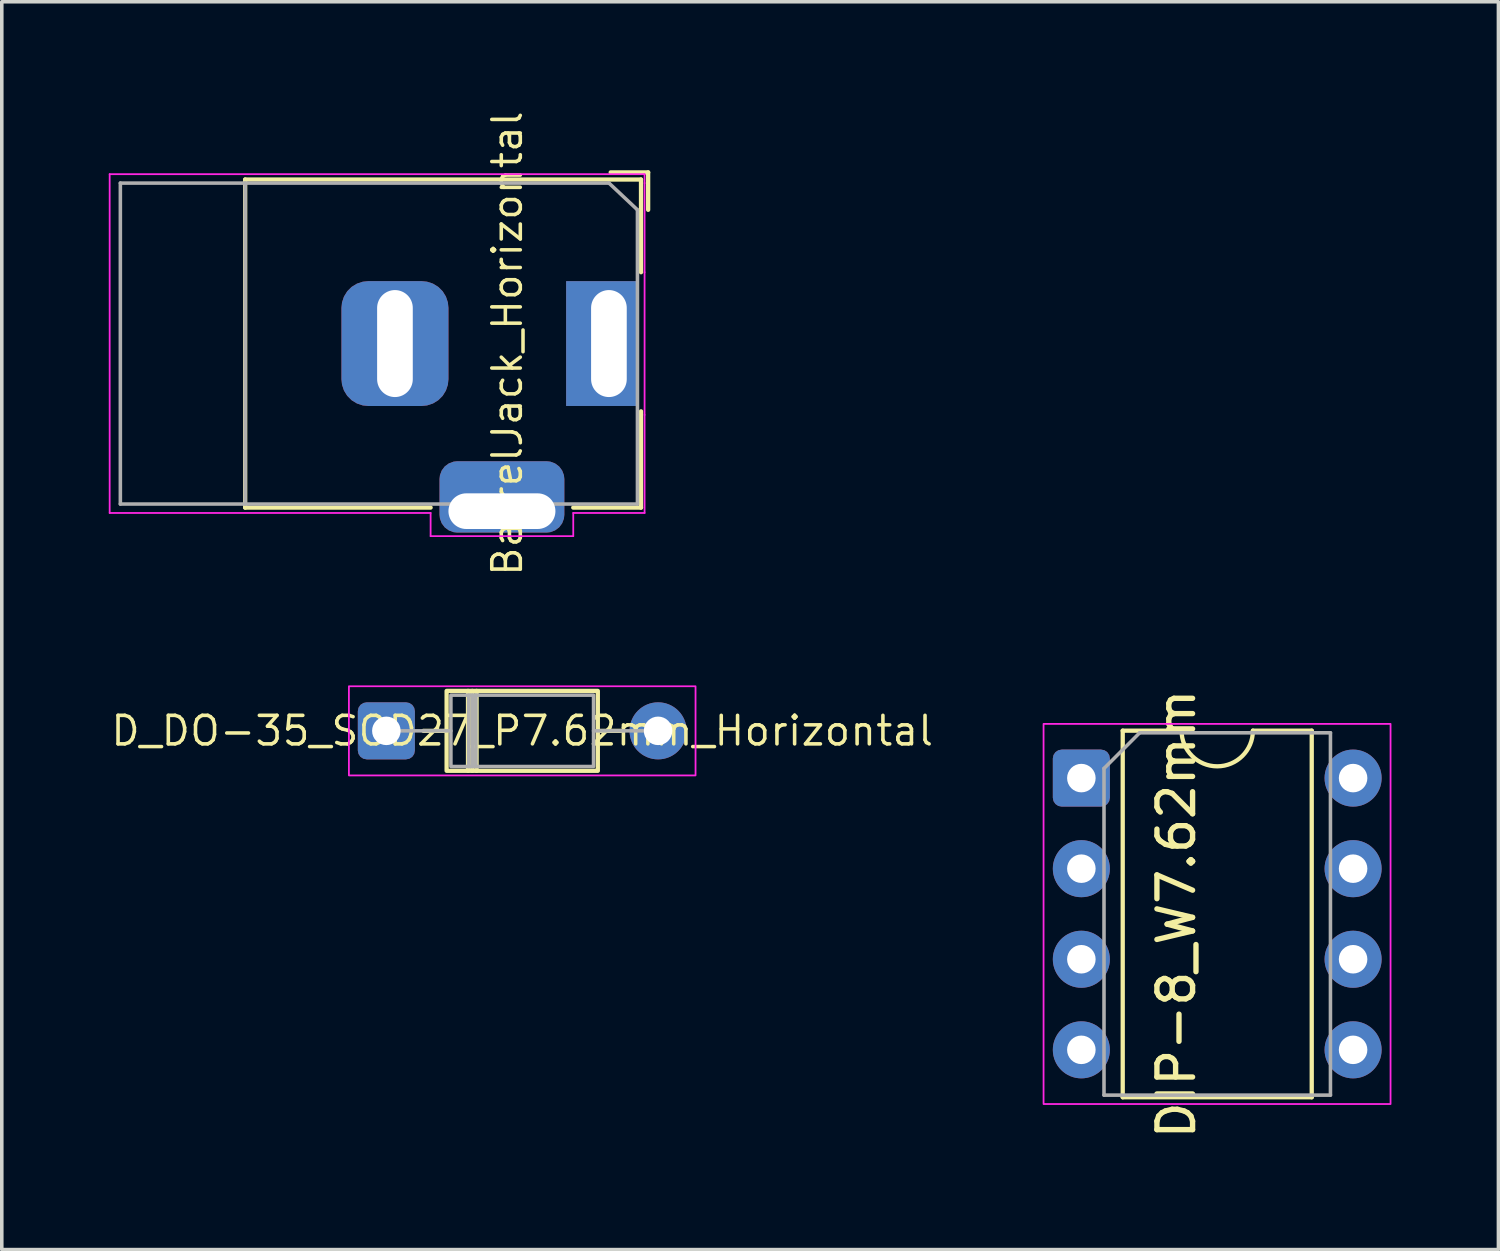
<source format=kicad_pcb>
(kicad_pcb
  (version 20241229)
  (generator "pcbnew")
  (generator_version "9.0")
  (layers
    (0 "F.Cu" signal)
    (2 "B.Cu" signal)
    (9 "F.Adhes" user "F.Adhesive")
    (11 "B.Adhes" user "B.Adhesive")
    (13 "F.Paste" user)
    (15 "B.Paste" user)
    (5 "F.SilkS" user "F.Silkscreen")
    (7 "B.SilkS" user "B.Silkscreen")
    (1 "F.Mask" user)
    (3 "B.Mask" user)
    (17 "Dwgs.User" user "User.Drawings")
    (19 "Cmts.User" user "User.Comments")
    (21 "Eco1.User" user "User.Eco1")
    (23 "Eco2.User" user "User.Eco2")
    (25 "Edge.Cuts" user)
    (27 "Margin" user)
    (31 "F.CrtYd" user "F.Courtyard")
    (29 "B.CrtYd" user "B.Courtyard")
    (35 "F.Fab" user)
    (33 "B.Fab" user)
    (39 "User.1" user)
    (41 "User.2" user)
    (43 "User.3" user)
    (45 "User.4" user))
  (footprint "DIP-8_W7.62mm"
    (layer "F.Cu")
    (at 27.273 18.769)
    (property "Reference" "DIP-8_W7.62mm" (at 2.664 3.81 90) (layer "F.SilkS") (effects (font (size 1 1) (thickness 0.15))))
    (attr through_hole)
    (fp_line (start 1.16 -1.33) (end 1.16 8.95) (stroke (width 0.12) (type solid)) (layer "F.SilkS"))
    (fp_line (start 1.16 8.95) (end 6.46 8.95) (stroke (width 0.12) (type solid)) (layer "F.SilkS"))
    (fp_line (start 2.81 -1.33) (end 1.16 -1.33) (stroke (width 0.12) (type solid)) (layer "F.SilkS"))
    (fp_line (start 6.46 -1.33) (end 4.81 -1.33) (stroke (width 0.12) (type solid)) (layer "F.SilkS"))
    (fp_line (start 6.46 8.95) (end 6.46 -1.33) (stroke (width 0.12) (type solid)) (layer "F.SilkS"))
    (fp_arc (start 4.81 -1.33) (mid 3.81 -0.33) (end 2.81 -1.33) (stroke (width 0.12) (type solid)) (layer "F.SilkS"))
    (fp_rect (start -1.06 -1.52) (end 8.67 9.14) (stroke (width 0.05) (type solid)) (fill no) (layer "F.CrtYd"))
    (fp_line (start 0.635 -0.27) (end 1.635 -1.27) (stroke (width 0.1) (type solid)) (layer "F.Fab"))
    (fp_line (start 0.635 8.89) (end 0.635 -0.27) (stroke (width 0.1) (type solid)) (layer "F.Fab"))
    (fp_line (start 1.635 -1.27) (end 6.985 -1.27) (stroke (width 0.1) (type solid)) (layer "F.Fab"))
    (fp_line (start 6.985 -1.27) (end 6.985 8.89) (stroke (width 0.1) (type solid)) (layer "F.Fab"))
    (fp_line (start 6.985 8.89) (end 0.635 8.89) (stroke (width 0.1) (type solid)) (layer "F.Fab"))
    (pad "1" thru_hole roundrect (at 0 0) (size 1.6 1.6) (drill 0.8) (layers "*.Cu" "*.Mask") (roundrect_rratio 0.156))
    (pad "2" thru_hole circle (at 0 2.54) (size 1.6 1.6) (drill 0.8) (layers "*.Cu" "*.Mask"))
    (pad "3" thru_hole circle (at 0 5.08) (size 1.6 1.6) (drill 0.8) (layers "*.Cu" "*.Mask"))
    (pad "4" thru_hole circle (at 0 7.62) (size 1.6 1.6) (drill 0.8) (layers "*.Cu" "*.Mask"))
    (pad "5" thru_hole circle (at 7.62 7.62) (size 1.6 1.6) (drill 0.8) (layers "*.Cu" "*.Mask"))
    (pad "6" thru_hole circle (at 7.62 5.08) (size 1.6 1.6) (drill 0.8) (layers "*.Cu" "*.Mask"))
    (pad "7" thru_hole circle (at 7.62 2.54) (size 1.6 1.6) (drill 0.8) (layers "*.Cu" "*.Mask"))
    (pad "8" thru_hole circle (at 7.62 0) (size 1.6 1.6) (drill 0.8) (layers "*.Cu" "*.Mask")))
  (footprint "D_DO-35_SOD27_P7.62mm_Horizontal"
    (layer "F.Cu")
    (at 7.784 17.444)
    (property "Reference" "D_DO-35_SOD27_P7.62mm_Horizontal" (at 3.81 0 0) (layer "F.SilkS") (effects (font (size 0.8 0.8) (thickness 0.1))))
    (attr through_hole)
    (fp_line (start 1.04 0) (end 1.69 0) (stroke (width 0.12) (type solid)) (layer "F.SilkS"))
    (fp_line (start 2.29 -1.12) (end 2.29 1.12) (stroke (width 0.12) (type solid)) (layer "F.SilkS"))
    (fp_line (start 2.41 -1.12) (end 2.41 1.12) (stroke (width 0.12) (type solid)) (layer "F.SilkS"))
    (fp_line (start 2.53 -1.12) (end 2.53 1.12) (stroke (width 0.12) (type solid)) (layer "F.SilkS"))
    (fp_line (start 6.58 0) (end 5.93 0) (stroke (width 0.12) (type solid)) (layer "F.SilkS"))
    (fp_rect (start 1.69 -1.12) (end 5.93 1.12) (stroke (width 0.12) (type solid)) (fill no) (layer "F.SilkS"))
    (fp_rect (start -1.05 -1.25) (end 8.67 1.25) (stroke (width 0.05) (type solid)) (fill no) (layer "F.CrtYd"))
    (fp_line (start 0 0) (end 1.81 0) (stroke (width 0.1) (type solid)) (layer "F.Fab"))
    (fp_line (start 2.31 -1) (end 2.31 1) (stroke (width 0.1) (type solid)) (layer "F.Fab"))
    (fp_line (start 2.41 -1) (end 2.41 1) (stroke (width 0.1) (type solid)) (layer "F.Fab"))
    (fp_line (start 2.51 -1) (end 2.51 1) (stroke (width 0.1) (type solid)) (layer "F.Fab"))
    (fp_line (start 7.62 0) (end 5.81 0) (stroke (width 0.1) (type solid)) (layer "F.Fab"))
    (fp_rect (start 1.81 -1) (end 5.81 1) (stroke (width 0.1) (type solid)) (fill no) (layer "F.Fab"))
    (pad "1" thru_hole roundrect (at 0 0) (size 1.6 1.6) (drill 0.8) (layers "*.Cu" "*.Mask") (roundrect_rratio 0.156))
    (pad "2" thru_hole circle (at 7.62 0) (size 1.6 1.6) (drill 0.8) (layers "*.Cu" "*.Mask")))
  (footprint "BarrelJack_Horizontal"
    (layer "F.Cu")
    (at 14.025 6.584)
    (property "Reference" "BarrelJack_Horizontal" (at -2.85 0 270) (layer "F.SilkS") (effects (font (size 0.8 0.8) (thickness 0.1))))
    (attr through_hole)
    (fp_line (start -10.2 -4.6) (end 0.9 -4.6) (stroke (width 0.12) (type solid)) (layer "F.SilkS"))
    (fp_line (start -10.2 4.6) (end -10.2 -4.6) (stroke (width 0.12) (type solid)) (layer "F.SilkS"))
    (fp_line (start -5 4.6) (end -10.2 4.6) (stroke (width 0.12) (type solid)) (layer "F.SilkS"))
    (fp_line (start 0.05 -4.8) (end 1.1 -4.8) (stroke (width 0.12) (type solid)) (layer "F.SilkS"))
    (fp_line (start 0.9 -4.6) (end 0.9 -2) (stroke (width 0.12) (type solid)) (layer "F.SilkS"))
    (fp_line (start 0.9 1.9) (end 0.9 4.6) (stroke (width 0.12) (type solid)) (layer "F.SilkS"))
    (fp_line (start 0.9 4.6) (end -1 4.6) (stroke (width 0.12) (type solid)) (layer "F.SilkS"))
    (fp_line (start 1.1 -3.75) (end 1.1 -4.8) (stroke (width 0.12) (type solid)) (layer "F.SilkS"))
    (fp_line (start -14 4.75) (end -14 -4.75) (stroke (width 0.05) (type solid)) (layer "F.CrtYd"))
    (fp_line (start -5 4.75) (end -14 4.75) (stroke (width 0.05) (type solid)) (layer "F.CrtYd"))
    (fp_line (start -5 5.4) (end -5 4.75) (stroke (width 0.05) (type solid)) (layer "F.CrtYd"))
    (fp_line (start -1 4.75) (end -1 5.4) (stroke (width 0.05) (type solid)) (layer "F.CrtYd"))
    (fp_line (start -1 5.4) (end -5 5.4) (stroke (width 0.05) (type solid)) (layer "F.CrtYd"))
    (fp_line (start 1 -4.75) (end -14 -4.75) (stroke (width 0.05) (type solid)) (layer "F.CrtYd"))
    (fp_line (start 1 -4.5) (end 1 -4.75) (stroke (width 0.05) (type solid)) (layer "F.CrtYd"))
    (fp_line (start 1 -4.5) (end 1 -2) (stroke (width 0.05) (type solid)) (layer "F.CrtYd"))
    (fp_line (start 1 -2) (end 1 2) (stroke (width 0.05) (type solid)) (layer "F.CrtYd"))
    (fp_line (start 1 2) (end 1 4.75) (stroke (width 0.05) (type solid)) (layer "F.CrtYd"))
    (fp_line (start 1 4.75) (end -1 4.75) (stroke (width 0.05) (type solid)) (layer "F.CrtYd"))
    (fp_line (start -13.7 -4.5) (end -13.7 4.5) (stroke (width 0.1) (type solid)) (layer "F.Fab"))
    (fp_line (start -13.7 4.5) (end 0.8 4.5) (stroke (width 0.1) (type solid)) (layer "F.Fab"))
    (fp_line (start -10.2 -4.5) (end -10.2 4.5) (stroke (width 0.1) (type solid)) (layer "F.Fab"))
    (fp_line (start -0.003 -4.505) (end 0.8 -3.75) (stroke (width 0.1) (type solid)) (layer "F.Fab"))
    (fp_line (start 0 -4.5) (end -13.7 -4.5) (stroke (width 0.1) (type solid)) (layer "F.Fab"))
    (fp_line (start 0.8 4.5) (end 0.8 -3.75) (stroke (width 0.1) (type solid)) (layer "F.Fab"))
    (pad "1" thru_hole rect (at 0 0) (size 2 3.5) (drill oval 1 3 (offset -0.2 0)) (layers "*.Cu" "*.Mask"))
    (pad "2" thru_hole roundrect (at -6 0) (size 3 3.5) (drill oval 1 3) (layers "*.Cu" "*.Mask") (roundrect_rratio 0.25))
    (pad "3" thru_hole roundrect (at -3 4.7) (size 3.5 2) (drill oval 3 1 (offset 0 -0.4)) (layers "*.Cu" "*.Mask") (roundrect_rratio 0.25)))
  (gr_rect
    (start -3 -3)
    (end 38.968 31.99)
    (stroke (width 0.1) (type default))
    (fill no)
    (layer "Edge.Cuts")))
</source>
